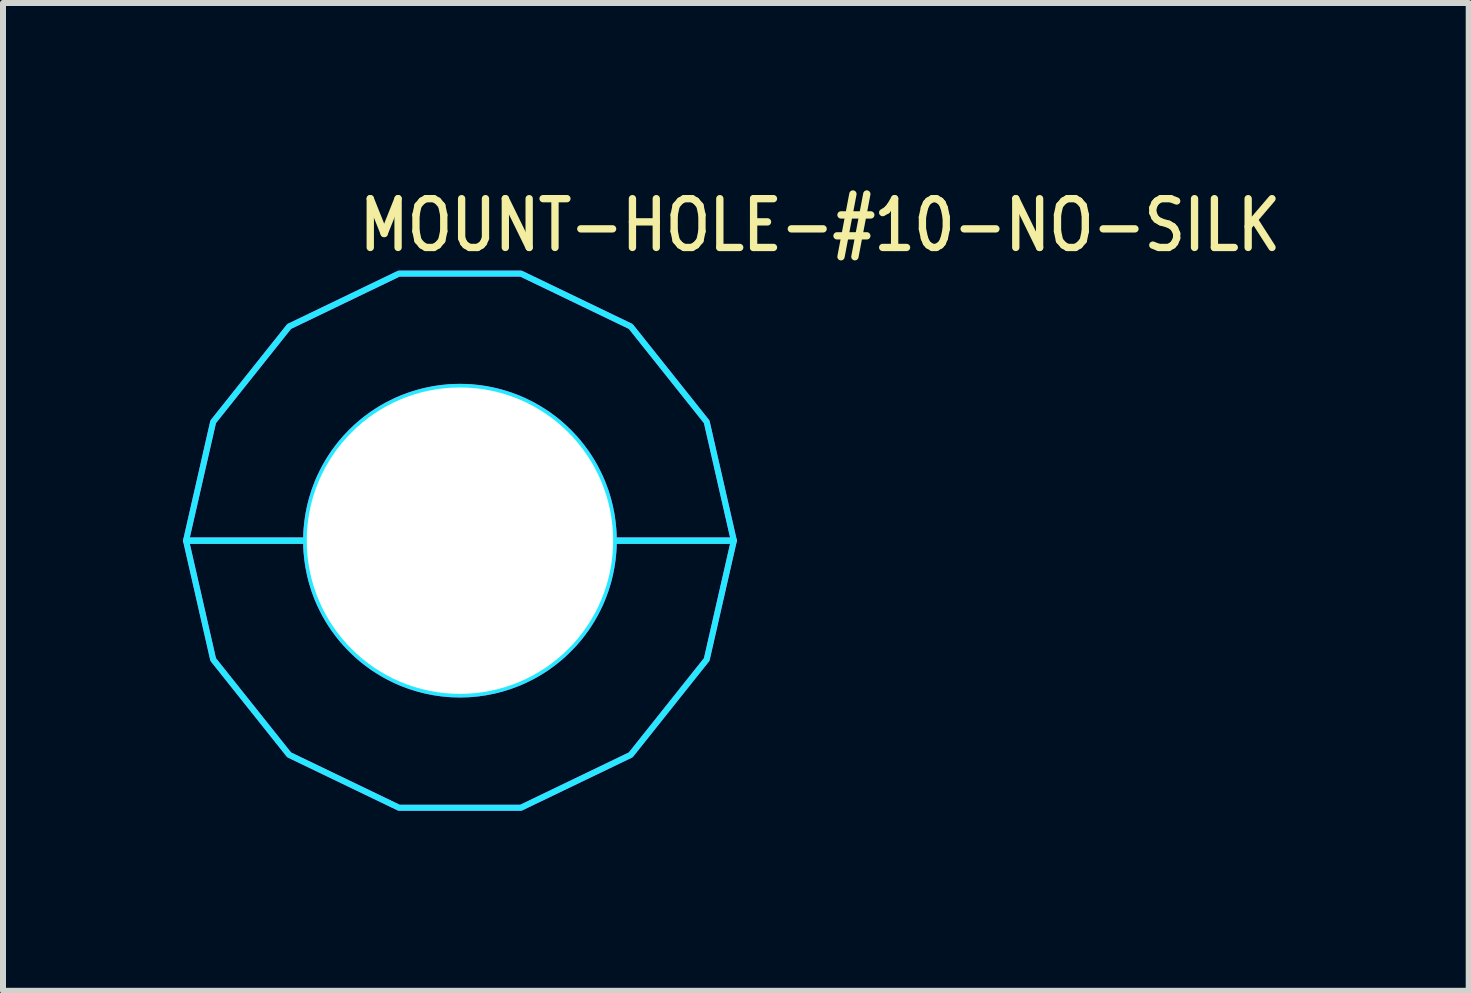
<source format=kicad_pcb>
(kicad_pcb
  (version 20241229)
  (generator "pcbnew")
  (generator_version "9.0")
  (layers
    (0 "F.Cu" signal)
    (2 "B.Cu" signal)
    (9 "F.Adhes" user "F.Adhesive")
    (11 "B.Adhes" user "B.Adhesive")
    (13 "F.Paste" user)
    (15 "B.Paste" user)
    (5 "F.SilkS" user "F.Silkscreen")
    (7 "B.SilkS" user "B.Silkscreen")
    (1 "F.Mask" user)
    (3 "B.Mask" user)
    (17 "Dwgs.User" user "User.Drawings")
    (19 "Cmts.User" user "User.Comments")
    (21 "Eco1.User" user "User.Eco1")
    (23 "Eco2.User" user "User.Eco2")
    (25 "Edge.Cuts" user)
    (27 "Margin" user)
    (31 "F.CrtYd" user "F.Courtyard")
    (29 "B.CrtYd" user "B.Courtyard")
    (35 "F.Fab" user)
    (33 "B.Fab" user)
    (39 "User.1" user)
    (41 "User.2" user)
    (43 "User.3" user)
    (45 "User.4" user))
  (footprint "MOUNT-HOLE-#10-NO-SILK"
    (layer "F.Cu")
    (at 4.614 5.959)
    (property "Reference" "MOUNT-HOLE-#10-NO-SILK" (at -1.74 -4.78 0) (unlocked yes) (layer "F.SilkS") (effects (font (size 0.813 0.695) (thickness 0.122)) (justify left bottom)))
    (fp_circle (center 0 0) (end 4.28 0) (stroke (width 0) (type solid)) (fill yes) (layer "F.Mask"))
    (fp_circle (center 0 0) (end 4.45 0) (stroke (width 0) (type solid)) (fill yes) (layer "F.Mask"))
    (fp_circle (center 0 0) (end 4.45 0) (stroke (width 0) (type solid)) (fill yes) (layer "F.Mask"))
    (fp_circle (center 0 0) (end 4.28 0) (stroke (width 0) (type solid)) (fill yes) (layer "B.Mask"))
    (fp_circle (center 0 0) (end 4.45 0) (stroke (width 0) (type solid)) (fill yes) (layer "B.Mask"))
    (fp_poly (pts (xy -4.564 0) (xy -4.112 -1.98) (xy -2.846 -3.569) (xy -1.016 -4.45) (xy 1.016 -4.45) (xy 2.846 -3.569) (xy 4.112 -1.98) (xy 4.564 0) (xy 2.563 0) (xy 2.563 -0.000078) (xy 2.562 -0.04) (xy 2.562 -0.04) (xy 2.561 -0.08) (xy 2.561 -0.081) (xy 2.56 -0.121) (xy 2.56 -0.121) (xy 2.558 -0.161) (xy 2.558 -0.161) (xy 2.555 -0.201) (xy 2.555 -0.201) (xy 2.551 -0.241) (xy 2.551 -0.241) (xy 2.547 -0.281) (xy 2.547 -0.281) (xy 2.543 -0.321) (xy 2.542 -0.321) (xy 2.537 -0.361) (xy 2.537 -0.361) (xy 2.531 -0.401) (xy 2.531 -0.401) (xy 2.525 -0.441) (xy 2.525 -0.441) (xy 2.517 -0.48) (xy 2.517 -0.48) (xy 2.509 -0.52) (xy 2.509 -0.52) (xy 2.501 -0.559) (xy 2.501 -0.559) (xy 2.492 -0.598) (xy 2.492 -0.598) (xy 2.482 -0.637) (xy 2.482 -0.637) (xy 2.472 -0.676) (xy 2.472 -0.676) (xy 2.461 -0.715) (xy 2.461 -0.715) (xy 2.449 -0.753) (xy 2.449 -0.754) (xy 2.437 -0.792) (xy 2.437 -0.792) (xy 2.425 -0.83) (xy 2.425 -0.83) (xy 2.411 -0.868) (xy 2.411 -0.868) (xy 2.397 -0.906) (xy 2.397 -0.906) (xy 2.383 -0.943) (xy 2.383 -0.943) (xy 2.368 -0.981) (xy 2.368 -0.981) (xy 2.352 -1.018) (xy 2.352 -1.018) (xy 2.336 -1.055) (xy 2.336 -1.055) (xy 2.319 -1.091) (xy 2.319 -1.091) (xy 2.301 -1.127) (xy 2.301 -1.128) (xy 2.283 -1.163) (xy 2.283 -1.164) (xy 2.265 -1.199) (xy 2.265 -1.199) (xy 2.246 -1.235) (xy 2.246 -1.235) (xy 2.226 -1.27) (xy 2.226 -1.27) (xy 2.206 -1.304) (xy 2.206 -1.305) (xy 2.185 -1.339) (xy 2.185 -1.339) (xy 2.164 -1.373) (xy 2.164 -1.373) (xy 2.142 -1.407) (xy 2.142 -1.407) (xy 2.12 -1.44) (xy 2.12 -1.441) (xy 2.097 -1.474) (xy 2.097 -1.474) (xy 2.073 -1.506) (xy 2.073 -1.506) (xy 2.049 -1.539) (xy 2.049 -1.539) (xy 2.025 -1.571) (xy 2.025 -1.571) (xy 2 -1.602) (xy 2 -1.602) (xy 1.975 -1.633) (xy 1.975 -1.634) (xy 1.949 -1.664) (xy 1.949 -1.664) (xy 1.922 -1.695) (xy 1.922 -1.695) (xy 1.896 -1.725) (xy 1.895 -1.725) (xy 1.868 -1.754) (xy 1.868 -1.754) (xy 1.84 -1.783) (xy 1.84 -1.783) (xy 1.812 -1.812) (xy 1.812 -1.812) (xy 1.783 -1.84) (xy 1.783 -1.84) (xy 1.754 -1.868) (xy 1.754 -1.868) (xy 1.725 -1.895) (xy 1.725 -1.896) (xy 1.695 -1.922) (xy 1.695 -1.922) (xy 1.664 -1.949) (xy 1.664 -1.949) (xy 1.634 -1.975) (xy 1.633 -1.975) (xy 1.602 -2) (xy 1.602 -2) (xy 1.571 -2.025) (xy 1.571 -2.025) (xy 1.539 -2.049) (xy 1.539 -2.049) (xy 1.506 -2.073) (xy 1.506 -2.073) (xy 1.474 -2.097) (xy 1.474 -2.097) (xy 1.441 -2.12) (xy 1.44 -2.12) (xy 1.407 -2.142) (xy 1.407 -2.142) (xy 1.373 -2.164) (xy 1.373 -2.164) (xy 1.339 -2.185) (xy 1.339 -2.185) (xy 1.305 -2.206) (xy 1.304 -2.206) (xy 1.27 -2.226) (xy 1.27 -2.226) (xy 1.235 -2.246) (xy 1.235 -2.246) (xy 1.199 -2.265) (xy 1.199 -2.265) (xy 1.164 -2.283) (xy 1.163 -2.283) (xy 1.128 -2.301) (xy 1.127 -2.301) (xy 1.091 -2.319) (xy 1.091 -2.319) (xy 1.055 -2.336) (xy 1.055 -2.336) (xy 1.018 -2.352) (xy 1.018 -2.352) (xy 0.981 -2.368) (xy 0.981 -2.368) (xy 0.943 -2.383) (xy 0.943 -2.383) (xy 0.906 -2.397) (xy 0.906 -2.397) (xy 0.868 -2.411) (xy 0.868 -2.411) (xy 0.83 -2.425) (xy 0.83 -2.425) (xy 0.792 -2.437) (xy 0.792 -2.437) (xy 0.754 -2.449) (xy 0.753 -2.449) (xy 0.715 -2.461) (xy 0.715 -2.461) (xy 0.676 -2.472) (xy 0.676 -2.472) (xy 0.637 -2.482) (xy 0.637 -2.482) (xy 0.598 -2.492) (xy 0.598 -2.492) (xy 0.559 -2.501) (xy 0.559 -2.501) (xy 0.52 -2.509) (xy 0.52 -2.509) (xy 0.48 -2.517) (xy 0.48 -2.517) (xy 0.441 -2.525) (xy 0.441 -2.525) (xy 0.401 -2.531) (xy 0.401 -2.531) (xy 0.361 -2.537) (xy 0.361 -2.537) (xy 0.321 -2.542) (xy 0.321 -2.543) (xy 0.281 -2.547) (xy 0.281 -2.547) (xy 0.241 -2.551) (xy 0.241 -2.551) (xy 0.201 -2.555) (xy 0.201 -2.555) (xy 0.161 -2.558) (xy 0.161 -2.558) (xy 0.121 -2.56) (xy 0.121 -2.56) (xy 0.081 -2.561) (xy 0.08 -2.561) (xy 0.04 -2.562) (xy 0.04 -2.562) (xy 0.000078 -2.563) (xy -0.000078 -2.563) (xy -0.04 -2.562) (xy -0.04 -2.562) (xy -0.08 -2.561) (xy -0.081 -2.561) (xy -0.121 -2.56) (xy -0.121 -2.56) (xy -0.161 -2.558) (xy -0.161 -2.558) (xy -0.201 -2.555) (xy -0.201 -2.555) (xy -0.241 -2.551) (xy -0.241 -2.551) (xy -0.281 -2.547) (xy -0.281 -2.547) (xy -0.321 -2.543) (xy -0.321 -2.542) (xy -0.361 -2.537) (xy -0.361 -2.537) (xy -0.401 -2.531) (xy -0.401 -2.531) (xy -0.441 -2.525) (xy -0.441 -2.525) (xy -0.48 -2.517) (xy -0.48 -2.517) (xy -0.52 -2.509) (xy -0.52 -2.509) (xy -0.559 -2.501) (xy -0.559 -2.501) (xy -0.598 -2.492) (xy -0.598 -2.492) (xy -0.637 -2.482) (xy -0.637 -2.482) (xy -0.676 -2.472) (xy -0.676 -2.472) (xy -0.715 -2.461) (xy -0.715 -2.461) (xy -0.753 -2.449) (xy -0.754 -2.449) (xy -0.792 -2.437) (xy -0.792 -2.437) (xy -0.83 -2.425) (xy -0.83 -2.425) (xy -0.868 -2.411) (xy -0.868 -2.411) (xy -0.906 -2.397) (xy -0.906 -2.397) (xy -0.943 -2.383) (xy -0.943 -2.383) (xy -0.981 -2.368) (xy -0.981 -2.368) (xy -1.018 -2.352) (xy -1.018 -2.352) (xy -1.055 -2.336) (xy -1.055 -2.336) (xy -1.091 -2.319) (xy -1.091 -2.319) (xy -1.127 -2.301) (xy -1.128 -2.301) (xy -1.163 -2.283) (xy -1.164 -2.283) (xy -1.199 -2.265) (xy -1.199 -2.265) (xy -1.235 -2.246) (xy -1.235 -2.246) (xy -1.27 -2.226) (xy -1.27 -2.226) (xy -1.304 -2.206) (xy -1.305 -2.206) (xy -1.339 -2.185) (xy -1.339 -2.185) (xy -1.373 -2.164) (xy -1.373 -2.164) (xy -1.407 -2.142) (xy -1.407 -2.142) (xy -1.44 -2.12) (xy -1.441 -2.12) (xy -1.474 -2.097) (xy -1.474 -2.097) (xy -1.506 -2.073) (xy -1.506 -2.073) (xy -1.539 -2.049) (xy -1.539 -2.049) (xy -1.571 -2.025) (xy -1.571 -2.025) (xy -1.602 -2) (xy -1.602 -2) (xy -1.633 -1.975) (xy -1.634 -1.975) (xy -1.664 -1.949) (xy -1.664 -1.949) (xy -1.695 -1.922) (xy -1.695 -1.922) (xy -1.725 -1.896) (xy -1.725 -1.895) (xy -1.754 -1.868) (xy -1.754 -1.868) (xy -1.783 -1.84) (xy -1.783 -1.84) (xy -1.812 -1.812) (xy -1.812 -1.812) (xy -1.84 -1.783) (xy -1.84 -1.783) (xy -1.868 -1.754) (xy -1.868 -1.754) (xy -1.895 -1.725) (xy -1.896 -1.725) (xy -1.922 -1.695) (xy -1.922 -1.695) (xy -1.949 -1.664) (xy -1.949 -1.664) (xy -1.975 -1.634) (xy -1.975 -1.633) (xy -2 -1.602) (xy -2 -1.602) (xy -2.025 -1.571) (xy -2.025 -1.571) (xy -2.049 -1.539) (xy -2.049 -1.539) (xy -2.073 -1.506) (xy -2.073 -1.506) (xy -2.097 -1.474) (xy -2.097 -1.474) (xy -2.12 -1.441) (xy -2.12 -1.44) (xy -2.142 -1.407) (xy -2.142 -1.407) (xy -2.164 -1.373) (xy -2.164 -1.373) (xy -2.185 -1.339) (xy -2.185 -1.339) (xy -2.206 -1.305) (xy -2.206 -1.304) (xy -2.226 -1.27) (xy -2.226 -1.27) (xy -2.246 -1.235) (xy -2.246 -1.235) (xy -2.265 -1.199) (xy -2.265 -1.199) (xy -2.283 -1.164) (xy -2.283 -1.163) (xy -2.301 -1.128) (xy -2.301 -1.127) (xy -2.319 -1.091) (xy -2.319 -1.091) (xy -2.336 -1.055) (xy -2.336 -1.055) (xy -2.352 -1.018) (xy -2.352 -1.018) (xy -2.368 -0.981) (xy -2.368 -0.981) (xy -2.383 -0.943) (xy -2.383 -0.943) (xy -2.397 -0.906) (xy -2.397 -0.906) (xy -2.411 -0.868) (xy -2.411 -0.868) (xy -2.425 -0.83) (xy -2.425 -0.83) (xy -2.437 -0.792) (xy -2.437 -0.792) (xy -2.449 -0.754) (xy -2.449 -0.753) (xy -2.461 -0.715) (xy -2.461 -0.715) (xy -2.472 -0.676) (xy -2.472 -0.676) (xy -2.482 -0.637) (xy -2.482 -0.637) (xy -2.492 -0.598) (xy -2.492 -0.598) (xy -2.501 -0.559) (xy -2.501 -0.559) (xy -2.509 -0.52) (xy -2.509 -0.52) (xy -2.517 -0.48) (xy -2.517 -0.48) (xy -2.525 -0.441) (xy -2.525 -0.441) (xy -2.531 -0.401) (xy -2.531 -0.401) (xy -2.537 -0.361) (xy -2.537 -0.361) (xy -2.542 -0.321) (xy -2.543 -0.321) (xy -2.547 -0.281) (xy -2.547 -0.281) (xy -2.551 -0.241) (xy -2.551 -0.241) (xy -2.555 -0.201) (xy -2.555 -0.201) (xy -2.558 -0.161) (xy -2.558 -0.161) (xy -2.56 -0.121) (xy -2.56 -0.121) (xy -2.561 -0.081) (xy -2.561 -0.08) (xy -2.562 -0.04) (xy -2.562 -0.04) (xy -2.563 -0.000078) (xy -2.563 0)) (stroke (width 0.1) (type solid)) (fill no) (layer "B.CrtYd"))
    (fp_poly (pts (xy 4.112 1.98) (xy 2.846 3.569) (xy 1.016 4.45) (xy -1.016 4.45) (xy -2.846 3.569) (xy -4.112 1.98) (xy -4.564 0) (xy -2.563 0) (xy -2.563 0.000078) (xy -2.562 0.04) (xy -2.562 0.04) (xy -2.561 0.08) (xy -2.561 0.081) (xy -2.56 0.121) (xy -2.56 0.121) (xy -2.558 0.161) (xy -2.558 0.161) (xy -2.555 0.201) (xy -2.555 0.201) (xy -2.551 0.241) (xy -2.551 0.241) (xy -2.547 0.281) (xy -2.547 0.281) (xy -2.543 0.321) (xy -2.542 0.321) (xy -2.537 0.361) (xy -2.537 0.361) (xy -2.531 0.401) (xy -2.531 0.401) (xy -2.525 0.441) (xy -2.525 0.441) (xy -2.517 0.48) (xy -2.517 0.48) (xy -2.509 0.52) (xy -2.509 0.52) (xy -2.501 0.559) (xy -2.501 0.559) (xy -2.492 0.598) (xy -2.492 0.598) (xy -2.482 0.637) (xy -2.482 0.637) (xy -2.472 0.676) (xy -2.472 0.676) (xy -2.461 0.715) (xy -2.461 0.715) (xy -2.449 0.753) (xy -2.449 0.754) (xy -2.437 0.792) (xy -2.437 0.792) (xy -2.425 0.83) (xy -2.425 0.83) (xy -2.411 0.868) (xy -2.411 0.868) (xy -2.397 0.906) (xy -2.397 0.906) (xy -2.383 0.943) (xy -2.383 0.943) (xy -2.368 0.981) (xy -2.368 0.981) (xy -2.352 1.018) (xy -2.352 1.018) (xy -2.336 1.055) (xy -2.336 1.055) (xy -2.319 1.091) (xy -2.319 1.091) (xy -2.301 1.127) (xy -2.301 1.128) (xy -2.283 1.163) (xy -2.283 1.164) (xy -2.265 1.199) (xy -2.265 1.199) (xy -2.246 1.235) (xy -2.246 1.235) (xy -2.226 1.27) (xy -2.226 1.27) (xy -2.206 1.304) (xy -2.206 1.305) (xy -2.185 1.339) (xy -2.185 1.339) (xy -2.164 1.373) (xy -2.164 1.373) (xy -2.142 1.407) (xy -2.142 1.407) (xy -2.12 1.44) (xy -2.12 1.441) (xy -2.097 1.474) (xy -2.097 1.474) (xy -2.073 1.506) (xy -2.073 1.506) (xy -2.049 1.539) (xy -2.049 1.539) (xy -2.025 1.571) (xy -2.025 1.571) (xy -2 1.602) (xy -2 1.602) (xy -1.975 1.633) (xy -1.975 1.634) (xy -1.949 1.664) (xy -1.949 1.664) (xy -1.922 1.695) (xy -1.922 1.695) (xy -1.896 1.725) (xy -1.895 1.725) (xy -1.868 1.754) (xy -1.868 1.754) (xy -1.84 1.783) (xy -1.84 1.783) (xy -1.812 1.812) (xy -1.812 1.812) (xy -1.783 1.84) (xy -1.783 1.84) (xy -1.754 1.868) (xy -1.754 1.868) (xy -1.725 1.895) (xy -1.725 1.896) (xy -1.695 1.922) (xy -1.695 1.922) (xy -1.664 1.949) (xy -1.664 1.949) (xy -1.634 1.975) (xy -1.633 1.975) (xy -1.602 2) (xy -1.602 2) (xy -1.571 2.025) (xy -1.571 2.025) (xy -1.539 2.049) (xy -1.539 2.049) (xy -1.506 2.073) (xy -1.506 2.073) (xy -1.474 2.097) (xy -1.474 2.097) (xy -1.441 2.12) (xy -1.44 2.12) (xy -1.407 2.142) (xy -1.407 2.142) (xy -1.373 2.164) (xy -1.373 2.164) (xy -1.339 2.185) (xy -1.339 2.185) (xy -1.305 2.206) (xy -1.304 2.206) (xy -1.27 2.226) (xy -1.27 2.226) (xy -1.235 2.246) (xy -1.235 2.246) (xy -1.199 2.265) (xy -1.199 2.265) (xy -1.164 2.283) (xy -1.163 2.283) (xy -1.128 2.301) (xy -1.127 2.301) (xy -1.091 2.319) (xy -1.091 2.319) (xy -1.055 2.336) (xy -1.055 2.336) (xy -1.018 2.352) (xy -1.018 2.352) (xy -0.981 2.368) (xy -0.981 2.368) (xy -0.943 2.383) (xy -0.943 2.383) (xy -0.906 2.397) (xy -0.906 2.397) (xy -0.868 2.411) (xy -0.868 2.411) (xy -0.83 2.425) (xy -0.83 2.425) (xy -0.792 2.437) (xy -0.792 2.437) (xy -0.754 2.449) (xy -0.753 2.449) (xy -0.715 2.461) (xy -0.715 2.461) (xy -0.676 2.472) (xy -0.676 2.472) (xy -0.637 2.482) (xy -0.637 2.482) (xy -0.598 2.492) (xy -0.598 2.492) (xy -0.559 2.501) (xy -0.559 2.501) (xy -0.52 2.509) (xy -0.52 2.509) (xy -0.48 2.517) (xy -0.48 2.517) (xy -0.441 2.525) (xy -0.441 2.525) (xy -0.401 2.531) (xy -0.401 2.531) (xy -0.361 2.537) (xy -0.361 2.537) (xy -0.321 2.542) (xy -0.321 2.543) (xy -0.281 2.547) (xy -0.281 2.547) (xy -0.241 2.551) (xy -0.241 2.551) (xy -0.201 2.555) (xy -0.201 2.555) (xy -0.161 2.558) (xy -0.161 2.558) (xy -0.121 2.56) (xy -0.121 2.56) (xy -0.081 2.561) (xy -0.08 2.561) (xy -0.04 2.562) (xy -0.04 2.562) (xy -0.000078 2.563) (xy 0.000078 2.563) (xy 0.04 2.562) (xy 0.04 2.562) (xy 0.08 2.561) (xy 0.081 2.561) (xy 0.121 2.56) (xy 0.121 2.56) (xy 0.161 2.558) (xy 0.161 2.558) (xy 0.201 2.555) (xy 0.201 2.555) (xy 0.241 2.551) (xy 0.241 2.551) (xy 0.281 2.547) (xy 0.281 2.547) (xy 0.321 2.543) (xy 0.321 2.542) (xy 0.361 2.537) (xy 0.361 2.537) (xy 0.401 2.531) (xy 0.401 2.531) (xy 0.441 2.525) (xy 0.441 2.525) (xy 0.48 2.517) (xy 0.48 2.517) (xy 0.52 2.509) (xy 0.52 2.509) (xy 0.559 2.501) (xy 0.559 2.501) (xy 0.598 2.492) (xy 0.598 2.492) (xy 0.637 2.482) (xy 0.637 2.482) (xy 0.676 2.472) (xy 0.676 2.472) (xy 0.715 2.461) (xy 0.715 2.461) (xy 0.753 2.449) (xy 0.754 2.449) (xy 0.792 2.437) (xy 0.792 2.437) (xy 0.83 2.425) (xy 0.83 2.425) (xy 0.868 2.411) (xy 0.868 2.411) (xy 0.906 2.397) (xy 0.906 2.397) (xy 0.943 2.383) (xy 0.943 2.383) (xy 0.981 2.368) (xy 0.981 2.368) (xy 1.018 2.352) (xy 1.018 2.352) (xy 1.055 2.336) (xy 1.055 2.336) (xy 1.091 2.319) (xy 1.091 2.319) (xy 1.127 2.301) (xy 1.128 2.301) (xy 1.163 2.283) (xy 1.164 2.283) (xy 1.199 2.265) (xy 1.199 2.265) (xy 1.235 2.246) (xy 1.235 2.246) (xy 1.27 2.226) (xy 1.27 2.226) (xy 1.304 2.206) (xy 1.305 2.206) (xy 1.339 2.185) (xy 1.339 2.185) (xy 1.373 2.164) (xy 1.373 2.164) (xy 1.407 2.142) (xy 1.407 2.142) (xy 1.44 2.12) (xy 1.441 2.12) (xy 1.474 2.097) (xy 1.474 2.097) (xy 1.506 2.073) (xy 1.506 2.073) (xy 1.539 2.049) (xy 1.539 2.049) (xy 1.571 2.025) (xy 1.571 2.025) (xy 1.602 2) (xy 1.602 2) (xy 1.633 1.975) (xy 1.634 1.975) (xy 1.664 1.949) (xy 1.664 1.949) (xy 1.695 1.922) (xy 1.695 1.922) (xy 1.725 1.896) (xy 1.725 1.895) (xy 1.754 1.868) (xy 1.754 1.868) (xy 1.783 1.84) (xy 1.783 1.84) (xy 1.812 1.812) (xy 1.812 1.812) (xy 1.84 1.783) (xy 1.84 1.783) (xy 1.868 1.754) (xy 1.868 1.754) (xy 1.895 1.725) (xy 1.896 1.725) (xy 1.922 1.695) (xy 1.922 1.695) (xy 1.949 1.664) (xy 1.949 1.664) (xy 1.975 1.634) (xy 1.975 1.633) (xy 2 1.602) (xy 2 1.602) (xy 2.025 1.571) (xy 2.025 1.571) (xy 2.049 1.539) (xy 2.049 1.539) (xy 2.073 1.506) (xy 2.073 1.506) (xy 2.097 1.474) (xy 2.097 1.474) (xy 2.12 1.441) (xy 2.12 1.44) (xy 2.142 1.407) (xy 2.142 1.407) (xy 2.164 1.373) (xy 2.164 1.373) (xy 2.185 1.339) (xy 2.185 1.339) (xy 2.206 1.305) (xy 2.206 1.304) (xy 2.226 1.27) (xy 2.226 1.27) (xy 2.246 1.235) (xy 2.246 1.235) (xy 2.265 1.199) (xy 2.265 1.199) (xy 2.283 1.164) (xy 2.283 1.163) (xy 2.301 1.128) (xy 2.301 1.127) (xy 2.319 1.091) (xy 2.319 1.091) (xy 2.336 1.055) (xy 2.336 1.055) (xy 2.352 1.018) (xy 2.352 1.018) (xy 2.368 0.981) (xy 2.368 0.981) (xy 2.383 0.943) (xy 2.383 0.943) (xy 2.397 0.906) (xy 2.397 0.906) (xy 2.411 0.868) (xy 2.411 0.868) (xy 2.425 0.83) (xy 2.425 0.83) (xy 2.437 0.792) (xy 2.437 0.792) (xy 2.449 0.754) (xy 2.449 0.753) (xy 2.461 0.715) (xy 2.461 0.715) (xy 2.472 0.676) (xy 2.472 0.676) (xy 2.482 0.637) (xy 2.482 0.637) (xy 2.492 0.598) (xy 2.492 0.598) (xy 2.501 0.559) (xy 2.501 0.559) (xy 2.509 0.52) (xy 2.509 0.52) (xy 2.517 0.48) (xy 2.517 0.48) (xy 2.525 0.441) (xy 2.525 0.441) (xy 2.531 0.401) (xy 2.531 0.401) (xy 2.537 0.361) (xy 2.537 0.361) (xy 2.542 0.321) (xy 2.543 0.321) (xy 2.547 0.281) (xy 2.547 0.281) (xy 2.551 0.241) (xy 2.551 0.241) (xy 2.555 0.201) (xy 2.555 0.201) (xy 2.558 0.161) (xy 2.558 0.161) (xy 2.56 0.121) (xy 2.56 0.121) (xy 2.561 0.081) (xy 2.561 0.08) (xy 2.562 0.04) (xy 2.562 0.04) (xy 2.563 0.000078) (xy 2.563 0) (xy 4.564 0)) (stroke (width 0.1) (type solid)) (fill no) (layer "B.CrtYd"))
    (fp_poly (pts (xy -4.564 0) (xy -4.112 -1.98) (xy -2.846 -3.569) (xy -1.016 -4.45) (xy 1.016 -4.45) (xy 2.846 -3.569) (xy 4.112 -1.98) (xy 4.564 0) (xy 2.563 0) (xy 2.563 -0.000078) (xy 2.562 -0.04) (xy 2.562 -0.04) (xy 2.561 -0.08) (xy 2.561 -0.081) (xy 2.56 -0.121) (xy 2.56 -0.121) (xy 2.558 -0.161) (xy 2.558 -0.161) (xy 2.555 -0.201) (xy 2.555 -0.201) (xy 2.551 -0.241) (xy 2.551 -0.241) (xy 2.547 -0.281) (xy 2.547 -0.281) (xy 2.543 -0.321) (xy 2.542 -0.321) (xy 2.537 -0.361) (xy 2.537 -0.361) (xy 2.531 -0.401) (xy 2.531 -0.401) (xy 2.525 -0.441) (xy 2.525 -0.441) (xy 2.517 -0.48) (xy 2.517 -0.48) (xy 2.509 -0.52) (xy 2.509 -0.52) (xy 2.501 -0.559) (xy 2.501 -0.559) (xy 2.492 -0.598) (xy 2.492 -0.598) (xy 2.482 -0.637) (xy 2.482 -0.637) (xy 2.472 -0.676) (xy 2.472 -0.676) (xy 2.461 -0.715) (xy 2.461 -0.715) (xy 2.449 -0.753) (xy 2.449 -0.754) (xy 2.437 -0.792) (xy 2.437 -0.792) (xy 2.425 -0.83) (xy 2.425 -0.83) (xy 2.411 -0.868) (xy 2.411 -0.868) (xy 2.397 -0.906) (xy 2.397 -0.906) (xy 2.383 -0.943) (xy 2.383 -0.943) (xy 2.368 -0.981) (xy 2.368 -0.981) (xy 2.352 -1.018) (xy 2.352 -1.018) (xy 2.336 -1.055) (xy 2.336 -1.055) (xy 2.319 -1.091) (xy 2.319 -1.091) (xy 2.301 -1.127) (xy 2.301 -1.128) (xy 2.283 -1.163) (xy 2.283 -1.164) (xy 2.265 -1.199) (xy 2.265 -1.199) (xy 2.246 -1.235) (xy 2.246 -1.235) (xy 2.226 -1.27) (xy 2.226 -1.27) (xy 2.206 -1.304) (xy 2.206 -1.305) (xy 2.185 -1.339) (xy 2.185 -1.339) (xy 2.164 -1.373) (xy 2.164 -1.373) (xy 2.142 -1.407) (xy 2.142 -1.407) (xy 2.12 -1.44) (xy 2.12 -1.441) (xy 2.097 -1.474) (xy 2.097 -1.474) (xy 2.073 -1.506) (xy 2.073 -1.506) (xy 2.049 -1.539) (xy 2.049 -1.539) (xy 2.025 -1.571) (xy 2.025 -1.571) (xy 2 -1.602) (xy 2 -1.602) (xy 1.975 -1.633) (xy 1.975 -1.634) (xy 1.949 -1.664) (xy 1.949 -1.664) (xy 1.922 -1.695) (xy 1.922 -1.695) (xy 1.896 -1.725) (xy 1.895 -1.725) (xy 1.868 -1.754) (xy 1.868 -1.754) (xy 1.84 -1.783) (xy 1.84 -1.783) (xy 1.812 -1.812) (xy 1.812 -1.812) (xy 1.783 -1.84) (xy 1.783 -1.84) (xy 1.754 -1.868) (xy 1.754 -1.868) (xy 1.725 -1.895) (xy 1.725 -1.896) (xy 1.695 -1.922) (xy 1.695 -1.922) (xy 1.664 -1.949) (xy 1.664 -1.949) (xy 1.634 -1.975) (xy 1.633 -1.975) (xy 1.602 -2) (xy 1.602 -2) (xy 1.571 -2.025) (xy 1.571 -2.025) (xy 1.539 -2.049) (xy 1.539 -2.049) (xy 1.506 -2.073) (xy 1.506 -2.073) (xy 1.474 -2.097) (xy 1.474 -2.097) (xy 1.441 -2.12) (xy 1.44 -2.12) (xy 1.407 -2.142) (xy 1.407 -2.142) (xy 1.373 -2.164) (xy 1.373 -2.164) (xy 1.339 -2.185) (xy 1.339 -2.185) (xy 1.305 -2.206) (xy 1.304 -2.206) (xy 1.27 -2.226) (xy 1.27 -2.226) (xy 1.235 -2.246) (xy 1.235 -2.246) (xy 1.199 -2.265) (xy 1.199 -2.265) (xy 1.164 -2.283) (xy 1.163 -2.283) (xy 1.128 -2.301) (xy 1.127 -2.301) (xy 1.091 -2.319) (xy 1.091 -2.319) (xy 1.055 -2.336) (xy 1.055 -2.336) (xy 1.018 -2.352) (xy 1.018 -2.352) (xy 0.981 -2.368) (xy 0.981 -2.368) (xy 0.943 -2.383) (xy 0.943 -2.383) (xy 0.906 -2.397) (xy 0.906 -2.397) (xy 0.868 -2.411) (xy 0.868 -2.411) (xy 0.83 -2.425) (xy 0.83 -2.425) (xy 0.792 -2.437) (xy 0.792 -2.437) (xy 0.754 -2.449) (xy 0.753 -2.449) (xy 0.715 -2.461) (xy 0.715 -2.461) (xy 0.676 -2.472) (xy 0.676 -2.472) (xy 0.637 -2.482) (xy 0.637 -2.482) (xy 0.598 -2.492) (xy 0.598 -2.492) (xy 0.559 -2.501) (xy 0.559 -2.501) (xy 0.52 -2.509) (xy 0.52 -2.509) (xy 0.48 -2.517) (xy 0.48 -2.517) (xy 0.441 -2.525) (xy 0.441 -2.525) (xy 0.401 -2.531) (xy 0.401 -2.531) (xy 0.361 -2.537) (xy 0.361 -2.537) (xy 0.321 -2.542) (xy 0.321 -2.543) (xy 0.281 -2.547) (xy 0.281 -2.547) (xy 0.241 -2.551) (xy 0.241 -2.551) (xy 0.201 -2.555) (xy 0.201 -2.555) (xy 0.161 -2.558) (xy 0.161 -2.558) (xy 0.121 -2.56) (xy 0.121 -2.56) (xy 0.081 -2.561) (xy 0.08 -2.561) (xy 0.04 -2.562) (xy 0.04 -2.562) (xy 0.000078 -2.563) (xy -0.000078 -2.563) (xy -0.04 -2.562) (xy -0.04 -2.562) (xy -0.08 -2.561) (xy -0.081 -2.561) (xy -0.121 -2.56) (xy -0.121 -2.56) (xy -0.161 -2.558) (xy -0.161 -2.558) (xy -0.201 -2.555) (xy -0.201 -2.555) (xy -0.241 -2.551) (xy -0.241 -2.551) (xy -0.281 -2.547) (xy -0.281 -2.547) (xy -0.321 -2.543) (xy -0.321 -2.542) (xy -0.361 -2.537) (xy -0.361 -2.537) (xy -0.401 -2.531) (xy -0.401 -2.531) (xy -0.441 -2.525) (xy -0.441 -2.525) (xy -0.48 -2.517) (xy -0.48 -2.517) (xy -0.52 -2.509) (xy -0.52 -2.509) (xy -0.559 -2.501) (xy -0.559 -2.501) (xy -0.598 -2.492) (xy -0.598 -2.492) (xy -0.637 -2.482) (xy -0.637 -2.482) (xy -0.676 -2.472) (xy -0.676 -2.472) (xy -0.715 -2.461) (xy -0.715 -2.461) (xy -0.753 -2.449) (xy -0.754 -2.449) (xy -0.792 -2.437) (xy -0.792 -2.437) (xy -0.83 -2.425) (xy -0.83 -2.425) (xy -0.868 -2.411) (xy -0.868 -2.411) (xy -0.906 -2.397) (xy -0.906 -2.397) (xy -0.943 -2.383) (xy -0.943 -2.383) (xy -0.981 -2.368) (xy -0.981 -2.368) (xy -1.018 -2.352) (xy -1.018 -2.352) (xy -1.055 -2.336) (xy -1.055 -2.336) (xy -1.091 -2.319) (xy -1.091 -2.319) (xy -1.127 -2.301) (xy -1.128 -2.301) (xy -1.163 -2.283) (xy -1.164 -2.283) (xy -1.199 -2.265) (xy -1.199 -2.265) (xy -1.235 -2.246) (xy -1.235 -2.246) (xy -1.27 -2.226) (xy -1.27 -2.226) (xy -1.304 -2.206) (xy -1.305 -2.206) (xy -1.339 -2.185) (xy -1.339 -2.185) (xy -1.373 -2.164) (xy -1.373 -2.164) (xy -1.407 -2.142) (xy -1.407 -2.142) (xy -1.44 -2.12) (xy -1.441 -2.12) (xy -1.474 -2.097) (xy -1.474 -2.097) (xy -1.506 -2.073) (xy -1.506 -2.073) (xy -1.539 -2.049) (xy -1.539 -2.049) (xy -1.571 -2.025) (xy -1.571 -2.025) (xy -1.602 -2) (xy -1.602 -2) (xy -1.633 -1.975) (xy -1.634 -1.975) (xy -1.664 -1.949) (xy -1.664 -1.949) (xy -1.695 -1.922) (xy -1.695 -1.922) (xy -1.725 -1.896) (xy -1.725 -1.895) (xy -1.754 -1.868) (xy -1.754 -1.868) (xy -1.783 -1.84) (xy -1.783 -1.84) (xy -1.812 -1.812) (xy -1.812 -1.812) (xy -1.84 -1.783) (xy -1.84 -1.783) (xy -1.868 -1.754) (xy -1.868 -1.754) (xy -1.895 -1.725) (xy -1.896 -1.725) (xy -1.922 -1.695) (xy -1.922 -1.695) (xy -1.949 -1.664) (xy -1.949 -1.664) (xy -1.975 -1.634) (xy -1.975 -1.633) (xy -2 -1.602) (xy -2 -1.602) (xy -2.025 -1.571) (xy -2.025 -1.571) (xy -2.049 -1.539) (xy -2.049 -1.539) (xy -2.073 -1.506) (xy -2.073 -1.506) (xy -2.097 -1.474) (xy -2.097 -1.474) (xy -2.12 -1.441) (xy -2.12 -1.44) (xy -2.142 -1.407) (xy -2.142 -1.407) (xy -2.164 -1.373) (xy -2.164 -1.373) (xy -2.185 -1.339) (xy -2.185 -1.339) (xy -2.206 -1.305) (xy -2.206 -1.304) (xy -2.226 -1.27) (xy -2.226 -1.27) (xy -2.246 -1.235) (xy -2.246 -1.235) (xy -2.265 -1.199) (xy -2.265 -1.199) (xy -2.283 -1.164) (xy -2.283 -1.163) (xy -2.301 -1.128) (xy -2.301 -1.127) (xy -2.319 -1.091) (xy -2.319 -1.091) (xy -2.336 -1.055) (xy -2.336 -1.055) (xy -2.352 -1.018) (xy -2.352 -1.018) (xy -2.368 -0.981) (xy -2.368 -0.981) (xy -2.383 -0.943) (xy -2.383 -0.943) (xy -2.397 -0.906) (xy -2.397 -0.906) (xy -2.411 -0.868) (xy -2.411 -0.868) (xy -2.425 -0.83) (xy -2.425 -0.83) (xy -2.437 -0.792) (xy -2.437 -0.792) (xy -2.449 -0.754) (xy -2.449 -0.753) (xy -2.461 -0.715) (xy -2.461 -0.715) (xy -2.472 -0.676) (xy -2.472 -0.676) (xy -2.482 -0.637) (xy -2.482 -0.637) (xy -2.492 -0.598) (xy -2.492 -0.598) (xy -2.501 -0.559) (xy -2.501 -0.559) (xy -2.509 -0.52) (xy -2.509 -0.52) (xy -2.517 -0.48) (xy -2.517 -0.48) (xy -2.525 -0.441) (xy -2.525 -0.441) (xy -2.531 -0.401) (xy -2.531 -0.401) (xy -2.537 -0.361) (xy -2.537 -0.361) (xy -2.542 -0.321) (xy -2.543 -0.321) (xy -2.547 -0.281) (xy -2.547 -0.281) (xy -2.551 -0.241) (xy -2.551 -0.241) (xy -2.555 -0.201) (xy -2.555 -0.201) (xy -2.558 -0.161) (xy -2.558 -0.161) (xy -2.56 -0.121) (xy -2.56 -0.121) (xy -2.561 -0.081) (xy -2.561 -0.08) (xy -2.562 -0.04) (xy -2.562 -0.04) (xy -2.563 -0.000078) (xy -2.563 0)) (stroke (width 0.1) (type solid)) (fill no) (layer "F.CrtYd"))
    (fp_poly (pts (xy 4.112 1.98) (xy 2.846 3.569) (xy 1.016 4.45) (xy -1.016 4.45) (xy -2.846 3.569) (xy -4.112 1.98) (xy -4.564 0) (xy -2.563 0) (xy -2.563 0.000078) (xy -2.562 0.04) (xy -2.562 0.04) (xy -2.561 0.08) (xy -2.561 0.081) (xy -2.56 0.121) (xy -2.56 0.121) (xy -2.558 0.161) (xy -2.558 0.161) (xy -2.555 0.201) (xy -2.555 0.201) (xy -2.551 0.241) (xy -2.551 0.241) (xy -2.547 0.281) (xy -2.547 0.281) (xy -2.543 0.321) (xy -2.542 0.321) (xy -2.537 0.361) (xy -2.537 0.361) (xy -2.531 0.401) (xy -2.531 0.401) (xy -2.525 0.441) (xy -2.525 0.441) (xy -2.517 0.48) (xy -2.517 0.48) (xy -2.509 0.52) (xy -2.509 0.52) (xy -2.501 0.559) (xy -2.501 0.559) (xy -2.492 0.598) (xy -2.492 0.598) (xy -2.482 0.637) (xy -2.482 0.637) (xy -2.472 0.676) (xy -2.472 0.676) (xy -2.461 0.715) (xy -2.461 0.715) (xy -2.449 0.753) (xy -2.449 0.754) (xy -2.437 0.792) (xy -2.437 0.792) (xy -2.425 0.83) (xy -2.425 0.83) (xy -2.411 0.868) (xy -2.411 0.868) (xy -2.397 0.906) (xy -2.397 0.906) (xy -2.383 0.943) (xy -2.383 0.943) (xy -2.368 0.981) (xy -2.368 0.981) (xy -2.352 1.018) (xy -2.352 1.018) (xy -2.336 1.055) (xy -2.336 1.055) (xy -2.319 1.091) (xy -2.319 1.091) (xy -2.301 1.127) (xy -2.301 1.128) (xy -2.283 1.163) (xy -2.283 1.164) (xy -2.265 1.199) (xy -2.265 1.199) (xy -2.246 1.235) (xy -2.246 1.235) (xy -2.226 1.27) (xy -2.226 1.27) (xy -2.206 1.304) (xy -2.206 1.305) (xy -2.185 1.339) (xy -2.185 1.339) (xy -2.164 1.373) (xy -2.164 1.373) (xy -2.142 1.407) (xy -2.142 1.407) (xy -2.12 1.44) (xy -2.12 1.441) (xy -2.097 1.474) (xy -2.097 1.474) (xy -2.073 1.506) (xy -2.073 1.506) (xy -2.049 1.539) (xy -2.049 1.539) (xy -2.025 1.571) (xy -2.025 1.571) (xy -2 1.602) (xy -2 1.602) (xy -1.975 1.633) (xy -1.975 1.634) (xy -1.949 1.664) (xy -1.949 1.664) (xy -1.922 1.695) (xy -1.922 1.695) (xy -1.896 1.725) (xy -1.895 1.725) (xy -1.868 1.754) (xy -1.868 1.754) (xy -1.84 1.783) (xy -1.84 1.783) (xy -1.812 1.812) (xy -1.812 1.812) (xy -1.783 1.84) (xy -1.783 1.84) (xy -1.754 1.868) (xy -1.754 1.868) (xy -1.725 1.895) (xy -1.725 1.896) (xy -1.695 1.922) (xy -1.695 1.922) (xy -1.664 1.949) (xy -1.664 1.949) (xy -1.634 1.975) (xy -1.633 1.975) (xy -1.602 2) (xy -1.602 2) (xy -1.571 2.025) (xy -1.571 2.025) (xy -1.539 2.049) (xy -1.539 2.049) (xy -1.506 2.073) (xy -1.506 2.073) (xy -1.474 2.097) (xy -1.474 2.097) (xy -1.441 2.12) (xy -1.44 2.12) (xy -1.407 2.142) (xy -1.407 2.142) (xy -1.373 2.164) (xy -1.373 2.164) (xy -1.339 2.185) (xy -1.339 2.185) (xy -1.305 2.206) (xy -1.304 2.206) (xy -1.27 2.226) (xy -1.27 2.226) (xy -1.235 2.246) (xy -1.235 2.246) (xy -1.199 2.265) (xy -1.199 2.265) (xy -1.164 2.283) (xy -1.163 2.283) (xy -1.128 2.301) (xy -1.127 2.301) (xy -1.091 2.319) (xy -1.091 2.319) (xy -1.055 2.336) (xy -1.055 2.336) (xy -1.018 2.352) (xy -1.018 2.352) (xy -0.981 2.368) (xy -0.981 2.368) (xy -0.943 2.383) (xy -0.943 2.383) (xy -0.906 2.397) (xy -0.906 2.397) (xy -0.868 2.411) (xy -0.868 2.411) (xy -0.83 2.425) (xy -0.83 2.425) (xy -0.792 2.437) (xy -0.792 2.437) (xy -0.754 2.449) (xy -0.753 2.449) (xy -0.715 2.461) (xy -0.715 2.461) (xy -0.676 2.472) (xy -0.676 2.472) (xy -0.637 2.482) (xy -0.637 2.482) (xy -0.598 2.492) (xy -0.598 2.492) (xy -0.559 2.501) (xy -0.559 2.501) (xy -0.52 2.509) (xy -0.52 2.509) (xy -0.48 2.517) (xy -0.48 2.517) (xy -0.441 2.525) (xy -0.441 2.525) (xy -0.401 2.531) (xy -0.401 2.531) (xy -0.361 2.537) (xy -0.361 2.537) (xy -0.321 2.542) (xy -0.321 2.543) (xy -0.281 2.547) (xy -0.281 2.547) (xy -0.241 2.551) (xy -0.241 2.551) (xy -0.201 2.555) (xy -0.201 2.555) (xy -0.161 2.558) (xy -0.161 2.558) (xy -0.121 2.56) (xy -0.121 2.56) (xy -0.081 2.561) (xy -0.08 2.561) (xy -0.04 2.562) (xy -0.04 2.562) (xy -0.000078 2.563) (xy 0.000078 2.563) (xy 0.04 2.562) (xy 0.04 2.562) (xy 0.08 2.561) (xy 0.081 2.561) (xy 0.121 2.56) (xy 0.121 2.56) (xy 0.161 2.558) (xy 0.161 2.558) (xy 0.201 2.555) (xy 0.201 2.555) (xy 0.241 2.551) (xy 0.241 2.551) (xy 0.281 2.547) (xy 0.281 2.547) (xy 0.321 2.543) (xy 0.321 2.542) (xy 0.361 2.537) (xy 0.361 2.537) (xy 0.401 2.531) (xy 0.401 2.531) (xy 0.441 2.525) (xy 0.441 2.525) (xy 0.48 2.517) (xy 0.48 2.517) (xy 0.52 2.509) (xy 0.52 2.509) (xy 0.559 2.501) (xy 0.559 2.501) (xy 0.598 2.492) (xy 0.598 2.492) (xy 0.637 2.482) (xy 0.637 2.482) (xy 0.676 2.472) (xy 0.676 2.472) (xy 0.715 2.461) (xy 0.715 2.461) (xy 0.753 2.449) (xy 0.754 2.449) (xy 0.792 2.437) (xy 0.792 2.437) (xy 0.83 2.425) (xy 0.83 2.425) (xy 0.868 2.411) (xy 0.868 2.411) (xy 0.906 2.397) (xy 0.906 2.397) (xy 0.943 2.383) (xy 0.943 2.383) (xy 0.981 2.368) (xy 0.981 2.368) (xy 1.018 2.352) (xy 1.018 2.352) (xy 1.055 2.336) (xy 1.055 2.336) (xy 1.091 2.319) (xy 1.091 2.319) (xy 1.127 2.301) (xy 1.128 2.301) (xy 1.163 2.283) (xy 1.164 2.283) (xy 1.199 2.265) (xy 1.199 2.265) (xy 1.235 2.246) (xy 1.235 2.246) (xy 1.27 2.226) (xy 1.27 2.226) (xy 1.304 2.206) (xy 1.305 2.206) (xy 1.339 2.185) (xy 1.339 2.185) (xy 1.373 2.164) (xy 1.373 2.164) (xy 1.407 2.142) (xy 1.407 2.142) (xy 1.44 2.12) (xy 1.441 2.12) (xy 1.474 2.097) (xy 1.474 2.097) (xy 1.506 2.073) (xy 1.506 2.073) (xy 1.539 2.049) (xy 1.539 2.049) (xy 1.571 2.025) (xy 1.571 2.025) (xy 1.602 2) (xy 1.602 2) (xy 1.633 1.975) (xy 1.634 1.975) (xy 1.664 1.949) (xy 1.664 1.949) (xy 1.695 1.922) (xy 1.695 1.922) (xy 1.725 1.896) (xy 1.725 1.895) (xy 1.754 1.868) (xy 1.754 1.868) (xy 1.783 1.84) (xy 1.783 1.84) (xy 1.812 1.812) (xy 1.812 1.812) (xy 1.84 1.783) (xy 1.84 1.783) (xy 1.868 1.754) (xy 1.868 1.754) (xy 1.895 1.725) (xy 1.896 1.725) (xy 1.922 1.695) (xy 1.922 1.695) (xy 1.949 1.664) (xy 1.949 1.664) (xy 1.975 1.634) (xy 1.975 1.633) (xy 2 1.602) (xy 2 1.602) (xy 2.025 1.571) (xy 2.025 1.571) (xy 2.049 1.539) (xy 2.049 1.539) (xy 2.073 1.506) (xy 2.073 1.506) (xy 2.097 1.474) (xy 2.097 1.474) (xy 2.12 1.441) (xy 2.12 1.44) (xy 2.142 1.407) (xy 2.142 1.407) (xy 2.164 1.373) (xy 2.164 1.373) (xy 2.185 1.339) (xy 2.185 1.339) (xy 2.206 1.305) (xy 2.206 1.304) (xy 2.226 1.27) (xy 2.226 1.27) (xy 2.246 1.235) (xy 2.246 1.235) (xy 2.265 1.199) (xy 2.265 1.199) (xy 2.283 1.164) (xy 2.283 1.163) (xy 2.301 1.128) (xy 2.301 1.127) (xy 2.319 1.091) (xy 2.319 1.091) (xy 2.336 1.055) (xy 2.336 1.055) (xy 2.352 1.018) (xy 2.352 1.018) (xy 2.368 0.981) (xy 2.368 0.981) (xy 2.383 0.943) (xy 2.383 0.943) (xy 2.397 0.906) (xy 2.397 0.906) (xy 2.411 0.868) (xy 2.411 0.868) (xy 2.425 0.83) (xy 2.425 0.83) (xy 2.437 0.792) (xy 2.437 0.792) (xy 2.449 0.754) (xy 2.449 0.753) (xy 2.461 0.715) (xy 2.461 0.715) (xy 2.472 0.676) (xy 2.472 0.676) (xy 2.482 0.637) (xy 2.482 0.637) (xy 2.492 0.598) (xy 2.492 0.598) (xy 2.501 0.559) (xy 2.501 0.559) (xy 2.509 0.52) (xy 2.509 0.52) (xy 2.517 0.48) (xy 2.517 0.48) (xy 2.525 0.441) (xy 2.525 0.441) (xy 2.531 0.401) (xy 2.531 0.401) (xy 2.537 0.361) (xy 2.537 0.361) (xy 2.542 0.321) (xy 2.543 0.321) (xy 2.547 0.281) (xy 2.547 0.281) (xy 2.551 0.241) (xy 2.551 0.241) (xy 2.555 0.201) (xy 2.555 0.201) (xy 2.558 0.161) (xy 2.558 0.161) (xy 2.56 0.121) (xy 2.56 0.121) (xy 2.561 0.081) (xy 2.561 0.08) (xy 2.562 0.04) (xy 2.562 0.04) (xy 2.563 0.000078) (xy 2.563 0) (xy 4.564 0)) (stroke (width 0.1) (type solid)) (fill no) (layer "F.CrtYd"))
    (pad "" np_thru_hole circle (at 0 0) (size 5.105 5.105) (drill 5.105) (layers "*.Cu" "*.Mask")))
  (gr_rect
    (start -3 -3)
    (end 21.423 13.459)
    (stroke (width 0.1) (type default))
    (fill no)
    (layer "Edge.Cuts")))
</source>
